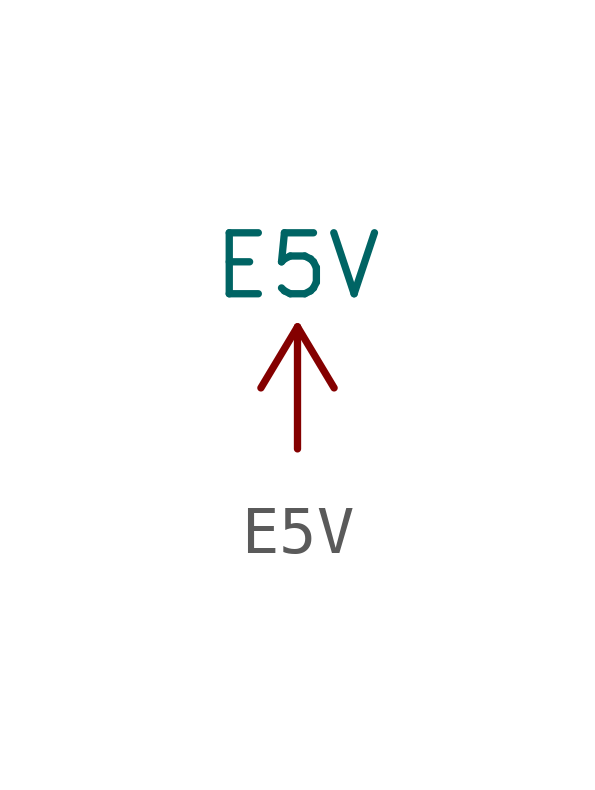
<source format=kicad_sym>
(kicad_symbol_lib
  (version 20220914)
  (generator kicad_symbol_editor)
  (symbol "E5V"
    (power)
    (pin_names
      (offset 0))
    (property "Reference" "#PWR"
      (at 0 -3.81 0)
      (effects (font (size 1.27 1.27)) hide))
    (property "Value" "E5V"
      (at 0 3.81 0)
      (effects (font (size 1.27 1.27))))
    (symbol "E5V_0_1"
      (polyline (pts (xy -0.762 1.27) (xy 0 2.54)) (stroke (width 0) (type default)) (fill (type none)))
      (polyline (pts (xy 0 0) (xy 0 2.54)) (stroke (width 0) (type default)) (fill (type none)))
      (polyline (pts (xy 0 2.54) (xy 0.762 1.27)) (stroke (width 0) (type default)) (fill (type none))))
    (symbol "E5V_1_1"
      (pin power_in line (at 0 0 90) (length 0) hide (name "E5V" (effects (font (size 1.27 1.27)))) (number "1" (effects (font (size 1.27 1.27))))))))
</source>
